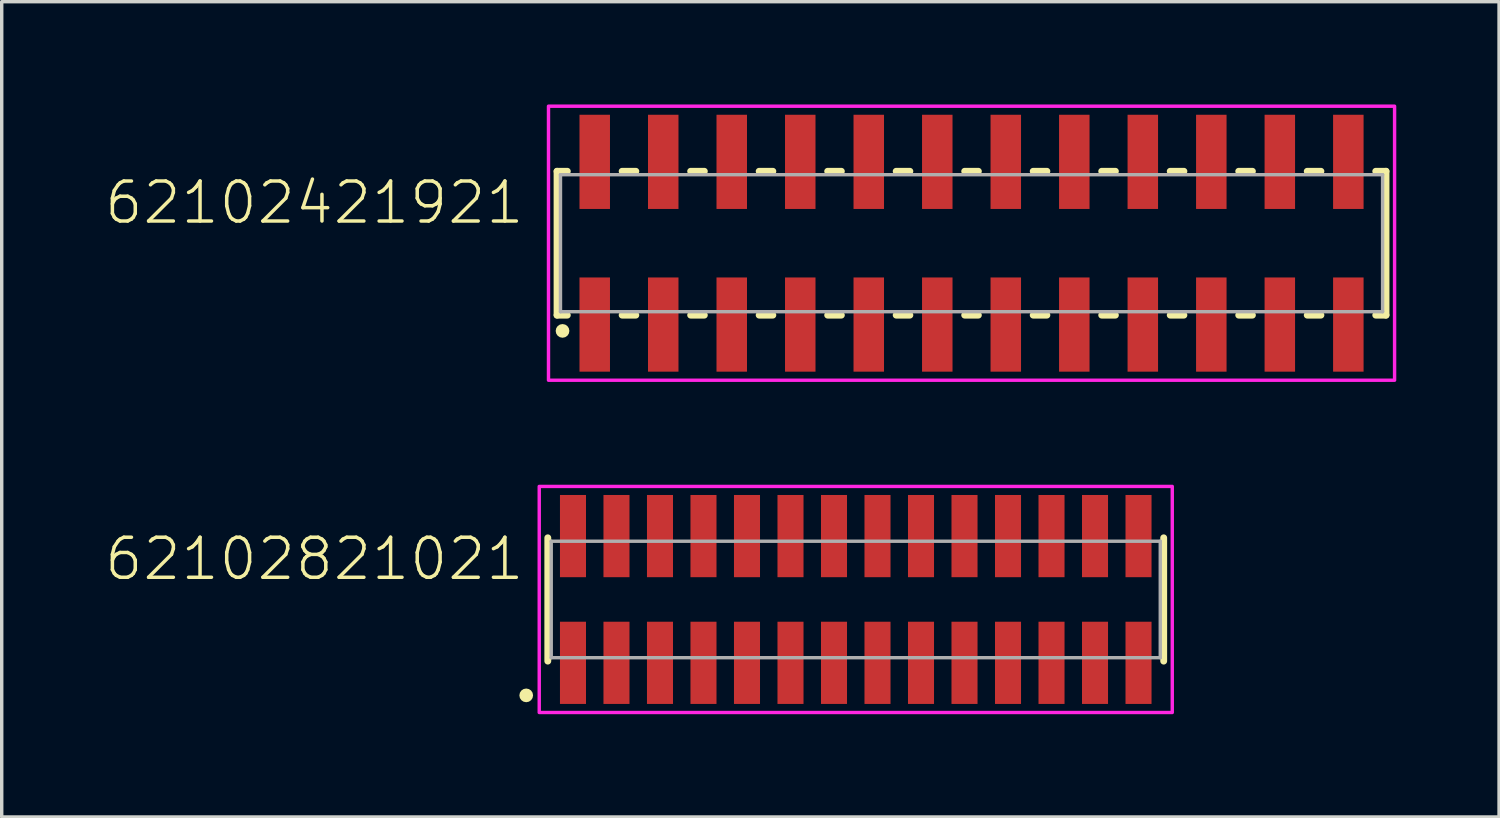
<source format=kicad_pcb>
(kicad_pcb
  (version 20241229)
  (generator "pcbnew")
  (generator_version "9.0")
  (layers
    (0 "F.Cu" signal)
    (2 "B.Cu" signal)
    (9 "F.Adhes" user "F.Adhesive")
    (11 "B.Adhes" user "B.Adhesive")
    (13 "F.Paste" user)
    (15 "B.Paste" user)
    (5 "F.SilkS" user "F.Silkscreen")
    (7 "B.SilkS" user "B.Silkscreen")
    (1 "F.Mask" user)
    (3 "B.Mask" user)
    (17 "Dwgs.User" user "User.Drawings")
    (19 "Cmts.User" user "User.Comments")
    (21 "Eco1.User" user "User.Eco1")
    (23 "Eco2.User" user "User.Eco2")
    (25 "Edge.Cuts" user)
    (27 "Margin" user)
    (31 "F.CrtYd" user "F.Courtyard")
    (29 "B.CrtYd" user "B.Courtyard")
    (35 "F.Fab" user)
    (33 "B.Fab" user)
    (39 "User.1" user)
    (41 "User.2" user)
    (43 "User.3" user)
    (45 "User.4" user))
  (footprint "62102821021"
    (layer "F.Cu")
    (at 21.932 14.45)
    (property "Reference" "62102821021" (at -9.62 -0.5 0) (unlocked yes) (layer "F.SilkS") (effects (font (size 1.168 1.168) (thickness 0.102)) (justify right bottom)))
    (fp_line (start -8.99 -1.8) (end -8.99 1.8) (stroke (width 0.2) (type solid)) (layer "F.SilkS"))
    (fp_line (start 8.99 1.8) (end 8.99 -1.8) (stroke (width 0.2) (type solid)) (layer "F.SilkS"))
    (fp_circle (center -9.62 2.8) (end -9.52 2.8) (stroke (width 0.2) (type solid)) (fill no) (layer "F.SilkS"))
    (fp_poly (pts (xy 9.24 3.3) (xy -9.24 3.3) (xy -9.24 -3.3) (xy 9.24 -3.3)) (stroke (width 0.1) (type default)) (fill no) (layer "F.CrtYd"))
    (fp_line (start -8.89 -1.7) (end -8.89 1.7) (stroke (width 0.1) (type solid)) (layer "F.Fab"))
    (fp_line (start -8.89 1.7) (end 8.89 1.7) (stroke (width 0.1) (type solid)) (layer "F.Fab"))
    (fp_line (start 8.89 -1.7) (end -8.89 -1.7) (stroke (width 0.1) (type solid)) (layer "F.Fab"))
    (fp_line (start 8.89 1.7) (end 8.89 -1.7) (stroke (width 0.1) (type solid)) (layer "F.Fab"))
    (pad "1" smd rect (at -8.255 1.85) (size 0.76 2.4) (layers "F.Cu" "F.Mask" "F.Paste"))
    (pad "2" smd rect (at -8.255 -1.85) (size 0.76 2.4) (layers "F.Cu" "F.Mask" "F.Paste"))
    (pad "3" smd rect (at -6.985 1.85) (size 0.76 2.4) (layers "F.Cu" "F.Mask" "F.Paste"))
    (pad "4" smd rect (at -6.985 -1.85) (size 0.76 2.4) (layers "F.Cu" "F.Mask" "F.Paste"))
    (pad "5" smd rect (at -5.715 1.85) (size 0.76 2.4) (layers "F.Cu" "F.Mask" "F.Paste"))
    (pad "6" smd rect (at -5.715 -1.85) (size 0.76 2.4) (layers "F.Cu" "F.Mask" "F.Paste"))
    (pad "7" smd rect (at -4.445 1.85) (size 0.76 2.4) (layers "F.Cu" "F.Mask" "F.Paste"))
    (pad "8" smd rect (at -4.445 -1.85) (size 0.76 2.4) (layers "F.Cu" "F.Mask" "F.Paste"))
    (pad "9" smd rect (at -3.175 1.85) (size 0.76 2.4) (layers "F.Cu" "F.Mask" "F.Paste"))
    (pad "10" smd rect (at -3.175 -1.85) (size 0.76 2.4) (layers "F.Cu" "F.Mask" "F.Paste"))
    (pad "11" smd rect (at -1.905 1.85) (size 0.76 2.4) (layers "F.Cu" "F.Mask" "F.Paste"))
    (pad "12" smd rect (at -1.905 -1.85) (size 0.76 2.4) (layers "F.Cu" "F.Mask" "F.Paste"))
    (pad "13" smd rect (at -0.635 1.85) (size 0.76 2.4) (layers "F.Cu" "F.Mask" "F.Paste"))
    (pad "14" smd rect (at -0.635 -1.85) (size 0.76 2.4) (layers "F.Cu" "F.Mask" "F.Paste"))
    (pad "15" smd rect (at 0.635 1.85) (size 0.76 2.4) (layers "F.Cu" "F.Mask" "F.Paste"))
    (pad "16" smd rect (at 0.635 -1.85) (size 0.76 2.4) (layers "F.Cu" "F.Mask" "F.Paste"))
    (pad "17" smd rect (at 1.905 1.85) (size 0.76 2.4) (layers "F.Cu" "F.Mask" "F.Paste"))
    (pad "18" smd rect (at 1.905 -1.85) (size 0.76 2.4) (layers "F.Cu" "F.Mask" "F.Paste"))
    (pad "19" smd rect (at 3.175 1.85) (size 0.76 2.4) (layers "F.Cu" "F.Mask" "F.Paste"))
    (pad "20" smd rect (at 3.175 -1.85) (size 0.76 2.4) (layers "F.Cu" "F.Mask" "F.Paste"))
    (pad "21" smd rect (at 4.445 1.85) (size 0.76 2.4) (layers "F.Cu" "F.Mask" "F.Paste"))
    (pad "22" smd rect (at 4.445 -1.85) (size 0.76 2.4) (layers "F.Cu" "F.Mask" "F.Paste"))
    (pad "23" smd rect (at 5.715 1.85) (size 0.76 2.4) (layers "F.Cu" "F.Mask" "F.Paste"))
    (pad "24" smd rect (at 5.715 -1.85) (size 0.76 2.4) (layers "F.Cu" "F.Mask" "F.Paste"))
    (pad "25" smd rect (at 6.985 1.85) (size 0.76 2.4) (layers "F.Cu" "F.Mask" "F.Paste"))
    (pad "26" smd rect (at 6.985 -1.85) (size 0.76 2.4) (layers "F.Cu" "F.Mask" "F.Paste"))
    (pad "27" smd rect (at 8.255 1.85) (size 0.76 2.4) (layers "F.Cu" "F.Mask" "F.Paste"))
    (pad "28" smd rect (at 8.255 -1.85) (size 0.76 2.4) (layers "F.Cu" "F.Mask" "F.Paste")))
  (footprint "62102421921"
    (layer "F.Cu")
    (at 25.312 4.05)
    (property "Reference" "62102421921" (at -13 -0.5 0) (unlocked yes) (layer "F.SilkS") (effects (font (size 1.168 1.168) (thickness 0.102)) (justify right bottom)))
    (fp_line (start -12.1 -2.1) (end -12.1 2.1) (stroke (width 0.2) (type solid)) (layer "F.SilkS"))
    (fp_line (start -12.1 2.1) (end -11.8 2.1) (stroke (width 0.2) (type solid)) (layer "F.SilkS"))
    (fp_line (start -11.8 -2.1) (end -12.1 -2.1) (stroke (width 0.2) (type solid)) (layer "F.SilkS"))
    (fp_line (start -10.2 -2.1) (end -9.8 -2.1) (stroke (width 0.2) (type solid)) (layer "F.SilkS"))
    (fp_line (start -9.8 2.1) (end -10.2 2.1) (stroke (width 0.2) (type solid)) (layer "F.SilkS"))
    (fp_line (start -8.2 -2.1) (end -7.8 -2.1) (stroke (width 0.2) (type solid)) (layer "F.SilkS"))
    (fp_line (start -7.8 2.1) (end -8.2 2.1) (stroke (width 0.2) (type solid)) (layer "F.SilkS"))
    (fp_line (start -6.2 -2.1) (end -5.8 -2.1) (stroke (width 0.2) (type solid)) (layer "F.SilkS"))
    (fp_line (start -5.8 2.1) (end -6.2 2.1) (stroke (width 0.2) (type solid)) (layer "F.SilkS"))
    (fp_line (start -4.2 -2.1) (end -3.8 -2.1) (stroke (width 0.2) (type solid)) (layer "F.SilkS"))
    (fp_line (start -3.8 2.1) (end -4.2 2.1) (stroke (width 0.2) (type solid)) (layer "F.SilkS"))
    (fp_line (start -2.2 -2.1) (end -1.8 -2.1) (stroke (width 0.2) (type solid)) (layer "F.SilkS"))
    (fp_line (start -1.8 2.1) (end -2.2 2.1) (stroke (width 0.2) (type solid)) (layer "F.SilkS"))
    (fp_line (start -0.2 -2.1) (end 0.2 -2.1) (stroke (width 0.2) (type solid)) (layer "F.SilkS"))
    (fp_line (start 0.2 2.1) (end -0.2 2.1) (stroke (width 0.2) (type solid)) (layer "F.SilkS"))
    (fp_line (start 1.8 -2.1) (end 2.2 -2.1) (stroke (width 0.2) (type solid)) (layer "F.SilkS"))
    (fp_line (start 2.2 2.1) (end 1.8 2.1) (stroke (width 0.2) (type solid)) (layer "F.SilkS"))
    (fp_line (start 3.8 -2.1) (end 4.2 -2.1) (stroke (width 0.2) (type solid)) (layer "F.SilkS"))
    (fp_line (start 4.2 2.1) (end 3.8 2.1) (stroke (width 0.2) (type solid)) (layer "F.SilkS"))
    (fp_line (start 5.8 -2.1) (end 6.2 -2.1) (stroke (width 0.2) (type solid)) (layer "F.SilkS"))
    (fp_line (start 6.2 2.1) (end 5.8 2.1) (stroke (width 0.2) (type solid)) (layer "F.SilkS"))
    (fp_line (start 7.8 -2.1) (end 8.2 -2.1) (stroke (width 0.2) (type solid)) (layer "F.SilkS"))
    (fp_line (start 8.2 2.1) (end 7.8 2.1) (stroke (width 0.2) (type solid)) (layer "F.SilkS"))
    (fp_line (start 9.8 -2.1) (end 10.2 -2.1) (stroke (width 0.2) (type solid)) (layer "F.SilkS"))
    (fp_line (start 10.2 2.1) (end 9.8 2.1) (stroke (width 0.2) (type solid)) (layer "F.SilkS"))
    (fp_line (start 11.8 -2.1) (end 12.1 -2.1) (stroke (width 0.2) (type solid)) (layer "F.SilkS"))
    (fp_line (start 12.1 -2.1) (end 12.1 2.1) (stroke (width 0.2) (type solid)) (layer "F.SilkS"))
    (fp_line (start 12.1 2.1) (end 11.8 2.1) (stroke (width 0.2) (type solid)) (layer "F.SilkS"))
    (fp_circle (center -11.94 2.56) (end -11.84 2.56) (stroke (width 0.2) (type solid)) (fill no) (layer "F.SilkS"))
    (fp_poly (pts (xy 12.35 4) (xy -12.35 4) (xy -12.35 -4) (xy 12.35 -4)) (stroke (width 0.1) (type default)) (fill no) (layer "F.CrtYd"))
    (fp_line (start -12 -2) (end 12 -2) (stroke (width 0.1) (type solid)) (layer "F.Fab"))
    (fp_line (start -12 2) (end -12 -2) (stroke (width 0.1) (type solid)) (layer "F.Fab"))
    (fp_line (start 12 -2) (end 12 2) (stroke (width 0.1) (type solid)) (layer "F.Fab"))
    (fp_line (start 12 2) (end -12 2) (stroke (width 0.1) (type solid)) (layer "F.Fab"))
    (pad "1" smd rect (at -11 2.375) (size 0.89 2.75) (layers "F.Cu" "F.Mask" "F.Paste"))
    (pad "2" smd rect (at -11 -2.375) (size 0.89 2.75) (layers "F.Cu" "F.Mask" "F.Paste"))
    (pad "3" smd rect (at -9 2.375) (size 0.89 2.75) (layers "F.Cu" "F.Mask" "F.Paste"))
    (pad "4" smd rect (at -9 -2.375) (size 0.89 2.75) (layers "F.Cu" "F.Mask" "F.Paste"))
    (pad "5" smd rect (at -7 2.375) (size 0.89 2.75) (layers "F.Cu" "F.Mask" "F.Paste"))
    (pad "6" smd rect (at -7 -2.375) (size 0.89 2.75) (layers "F.Cu" "F.Mask" "F.Paste"))
    (pad "7" smd rect (at -5 2.375) (size 0.89 2.75) (layers "F.Cu" "F.Mask" "F.Paste"))
    (pad "8" smd rect (at -5 -2.375) (size 0.89 2.75) (layers "F.Cu" "F.Mask" "F.Paste"))
    (pad "9" smd rect (at -3 2.375) (size 0.89 2.75) (layers "F.Cu" "F.Mask" "F.Paste"))
    (pad "10" smd rect (at -3 -2.375) (size 0.89 2.75) (layers "F.Cu" "F.Mask" "F.Paste"))
    (pad "11" smd rect (at -1 2.375) (size 0.89 2.75) (layers "F.Cu" "F.Mask" "F.Paste"))
    (pad "12" smd rect (at -1 -2.375) (size 0.89 2.75) (layers "F.Cu" "F.Mask" "F.Paste"))
    (pad "13" smd rect (at 1 2.375) (size 0.89 2.75) (layers "F.Cu" "F.Mask" "F.Paste"))
    (pad "14" smd rect (at 1 -2.375) (size 0.89 2.75) (layers "F.Cu" "F.Mask" "F.Paste"))
    (pad "15" smd rect (at 3 2.375) (size 0.89 2.75) (layers "F.Cu" "F.Mask" "F.Paste"))
    (pad "16" smd rect (at 3 -2.375) (size 0.89 2.75) (layers "F.Cu" "F.Mask" "F.Paste"))
    (pad "17" smd rect (at 5 2.375) (size 0.89 2.75) (layers "F.Cu" "F.Mask" "F.Paste"))
    (pad "18" smd rect (at 5 -2.375) (size 0.89 2.75) (layers "F.Cu" "F.Mask" "F.Paste"))
    (pad "19" smd rect (at 7 2.375) (size 0.89 2.75) (layers "F.Cu" "F.Mask" "F.Paste"))
    (pad "20" smd rect (at 7 -2.375) (size 0.89 2.75) (layers "F.Cu" "F.Mask" "F.Paste"))
    (pad "21" smd rect (at 9 2.375) (size 0.89 2.75) (layers "F.Cu" "F.Mask" "F.Paste"))
    (pad "22" smd rect (at 9 -2.375) (size 0.89 2.75) (layers "F.Cu" "F.Mask" "F.Paste"))
    (pad "23" smd rect (at 11 2.375) (size 0.89 2.75) (layers "F.Cu" "F.Mask" "F.Paste"))
    (pad "24" smd rect (at 11 -2.375) (size 0.89 2.75) (layers "F.Cu" "F.Mask" "F.Paste")))
  (gr_rect
    (start -3 -3)
    (end 40.712 20.8)
    (stroke (width 0.1) (type default))
    (fill no)
    (layer "Edge.Cuts")))
</source>
